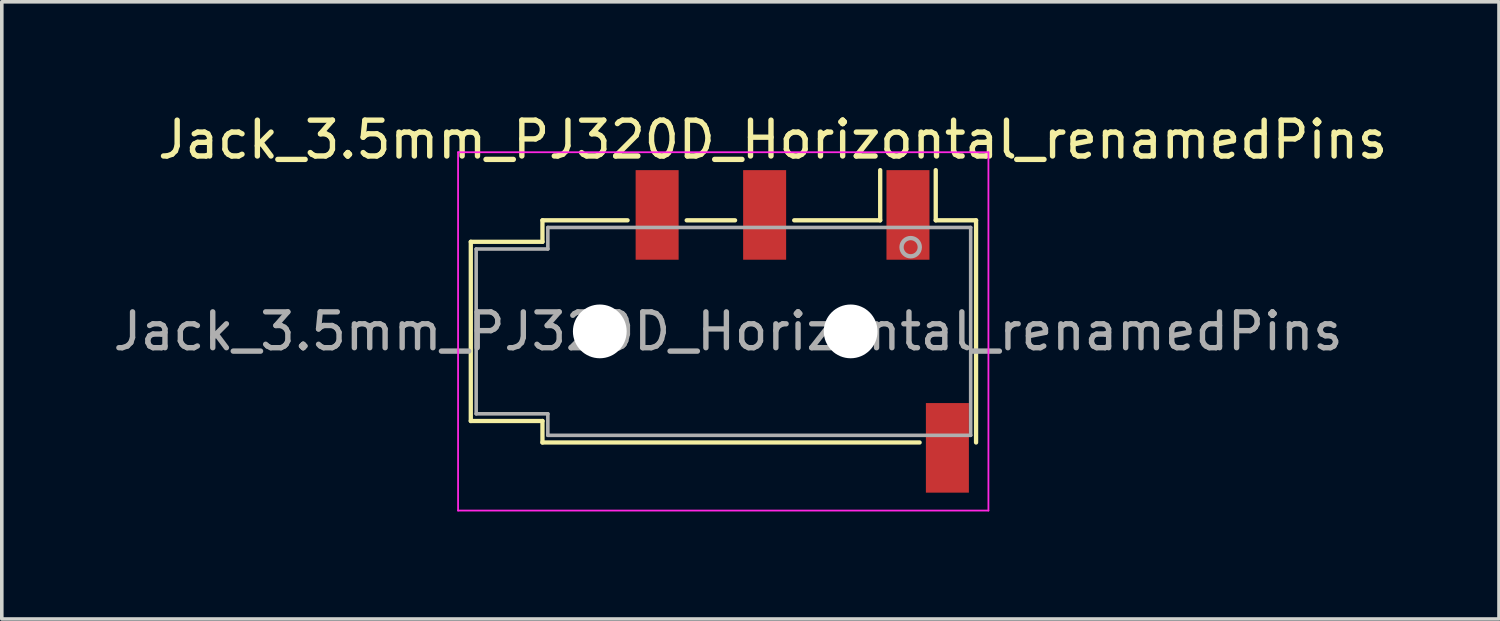
<source format=kicad_pcb>
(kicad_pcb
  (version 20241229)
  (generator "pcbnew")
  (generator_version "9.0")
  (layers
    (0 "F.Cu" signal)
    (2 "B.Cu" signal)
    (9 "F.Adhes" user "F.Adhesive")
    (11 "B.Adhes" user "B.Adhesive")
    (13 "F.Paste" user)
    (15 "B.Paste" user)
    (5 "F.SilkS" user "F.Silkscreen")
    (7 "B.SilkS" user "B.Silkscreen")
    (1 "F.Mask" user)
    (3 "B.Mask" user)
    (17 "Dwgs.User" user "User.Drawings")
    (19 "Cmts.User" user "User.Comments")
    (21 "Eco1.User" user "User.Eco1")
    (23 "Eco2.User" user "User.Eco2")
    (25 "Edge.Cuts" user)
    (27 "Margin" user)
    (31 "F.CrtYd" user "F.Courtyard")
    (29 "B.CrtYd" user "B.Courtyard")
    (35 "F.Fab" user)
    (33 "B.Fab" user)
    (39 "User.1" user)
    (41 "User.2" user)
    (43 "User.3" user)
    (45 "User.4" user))
  (footprint "Jack_3.5mm_PJ320D_Horizontal_renamedPins"
    (layer "F.Cu")
    (at 18.463 6.198)
    (property "Reference" "Jack_3.5mm_PJ320D_Horizontal_renamedPins" (at 0.05 -5.35 0) (layer "F.SilkS") (effects (font (size 1 1) (thickness 0.15))))
    (attr smd)
    (fp_line (start -8.375 -2.5) (end -8.375 2.5) (stroke (width 0.12) (type solid)) (layer "F.SilkS"))
    (fp_line (start -6.375 -3.1) (end -6.375 -2.5) (stroke (width 0.12) (type solid)) (layer "F.SilkS"))
    (fp_line (start -6.375 -3.1) (end -4 -3.1) (stroke (width 0.12) (type solid)) (layer "F.SilkS"))
    (fp_line (start -6.375 -2.5) (end -8.375 -2.5) (stroke (width 0.12) (type solid)) (layer "F.SilkS"))
    (fp_line (start -6.375 2.5) (end -8.375 2.5) (stroke (width 0.12) (type solid)) (layer "F.SilkS"))
    (fp_line (start -6.375 2.5) (end -6.375 3.1) (stroke (width 0.12) (type solid)) (layer "F.SilkS"))
    (fp_line (start -2.35 -3.1) (end -1 -3.1) (stroke (width 0.12) (type solid)) (layer "F.SilkS"))
    (fp_line (start 0.65 -3.1) (end 3.05 -3.1) (stroke (width 0.12) (type solid)) (layer "F.SilkS"))
    (fp_line (start 3.05 -3.1) (end 3.05 -4.5) (stroke (width 0.12) (type solid)) (layer "F.SilkS"))
    (fp_line (start 4.15 3.1) (end -6.375 3.1) (stroke (width 0.12) (type solid)) (layer "F.SilkS"))
    (fp_line (start 4.6 -3.1) (end 4.6 -4.5) (stroke (width 0.12) (type solid)) (layer "F.SilkS"))
    (fp_line (start 4.6 -3.1) (end 5.725 -3.1) (stroke (width 0.12) (type solid)) (layer "F.SilkS"))
    (fp_line (start 5.725 3.1) (end 5.725 -3.1) (stroke (width 0.12) (type solid)) (layer "F.SilkS"))
    (fp_line (start -8.73 -5) (end 6.07 -5) (stroke (width 0.05) (type solid)) (layer "F.CrtYd"))
    (fp_line (start -8.73 5) (end -8.73 -5) (stroke (width 0.05) (type solid)) (layer "F.CrtYd"))
    (fp_line (start -8.73 5) (end 6.07 5) (stroke (width 0.05) (type solid)) (layer "F.CrtYd"))
    (fp_line (start 6.07 5) (end 6.07 -5) (stroke (width 0.05) (type solid)) (layer "F.CrtYd"))
    (fp_line (start -8.225 -2.3) (end -6.225 -2.3) (stroke (width 0.1) (type solid)) (layer "F.Fab"))
    (fp_line (start -8.225 2.3) (end -8.225 -2.3) (stroke (width 0.1) (type solid)) (layer "F.Fab"))
    (fp_line (start -6.225 -2.9) (end 5.575 -2.9) (stroke (width 0.1) (type solid)) (layer "F.Fab"))
    (fp_line (start -6.225 -2.3) (end -6.225 -2.9) (stroke (width 0.1) (type solid)) (layer "F.Fab"))
    (fp_line (start -6.225 2.3) (end -8.225 2.3) (stroke (width 0.1) (type solid)) (layer "F.Fab"))
    (fp_line (start -6.225 2.9) (end -6.225 2.3) (stroke (width 0.1) (type solid)) (layer "F.Fab"))
    (fp_line (start 5.575 -2.9) (end 5.575 2.9) (stroke (width 0.1) (type solid)) (layer "F.Fab"))
    (fp_line (start 5.575 2.9) (end -6.225 2.9) (stroke (width 0.1) (type solid)) (layer "F.Fab"))
    (fp_circle (center 3.9 -2.35) (end 3.95 -2.1) (stroke (width 0.12) (type solid)) (fill no) (layer "F.Fab"))
    (fp_text user "${REFERENCE}" (at -1.195 0 0) (layer "F.Fab") (effects (font (size 1 1) (thickness 0.15))))
    (pad "" np_thru_hole circle (at -4.775 0) (size 1.5 1.5) (drill 1.5) (layers "*.Cu" "*.Mask"))
    (pad "" np_thru_hole circle (at 2.225 0) (size 1.5 1.5) (drill 1.5) (layers "*.Cu" "*.Mask"))
    (pad "2" smd rect (at -3.175 -3.25) (size 1.2 2.5) (layers "F.Cu" "F.Mask" "F.Paste"))
    (pad "3" smd rect (at -0.175 -3.25) (size 1.2 2.5) (layers "F.Cu" "F.Mask" "F.Paste"))
    (pad "4" smd rect (at 3.825 -3.25) (size 1.2 2.5) (layers "F.Cu" "F.Mask" "F.Paste"))
    (pad "5" smd rect (at 4.925 3.25) (size 1.2 2.5) (layers "F.Cu" "F.Mask" "F.Paste")))
  (gr_rect
    (start -3 -3)
    (end 38.781 14.223)
    (stroke (width 0.1) (type default))
    (fill no)
    (layer "Edge.Cuts")))
</source>
